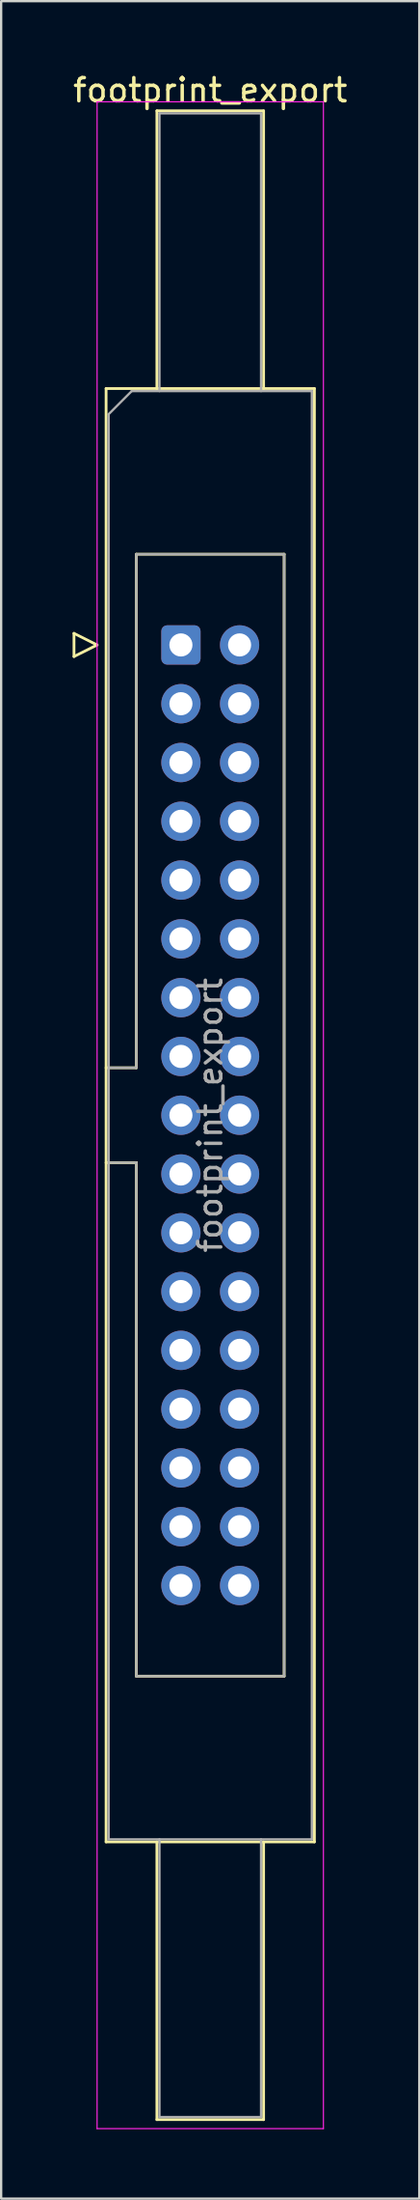
<source format=kicad_pcb>
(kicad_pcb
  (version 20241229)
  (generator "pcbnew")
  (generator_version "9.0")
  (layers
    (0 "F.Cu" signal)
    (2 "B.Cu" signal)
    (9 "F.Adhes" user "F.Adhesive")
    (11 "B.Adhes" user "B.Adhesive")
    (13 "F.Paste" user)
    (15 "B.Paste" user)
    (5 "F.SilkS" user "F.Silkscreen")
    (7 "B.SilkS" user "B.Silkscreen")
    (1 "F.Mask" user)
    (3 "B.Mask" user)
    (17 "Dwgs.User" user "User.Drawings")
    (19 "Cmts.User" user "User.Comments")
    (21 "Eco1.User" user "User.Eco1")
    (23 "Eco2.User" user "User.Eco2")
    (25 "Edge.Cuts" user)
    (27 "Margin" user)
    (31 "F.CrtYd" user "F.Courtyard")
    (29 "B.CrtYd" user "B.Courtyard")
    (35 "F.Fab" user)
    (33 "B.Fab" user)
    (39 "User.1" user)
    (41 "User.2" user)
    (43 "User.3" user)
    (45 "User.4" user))
  (footprint "footprint_export"
    (layer "F.Cu")
    (at 4.784 24.818)
    (property "Reference" "footprint_export" (at 1.27 -23.97 0) (layer "F.SilkS") (effects (font (size 1 1) (thickness 0.15))))
    (attr through_hole)
    (fp_line (start -4.63 -0.5) (end -4.63 0.5) (stroke (width 0.12) (type solid)) (layer "F.SilkS"))
    (fp_line (start -4.63 0.5) (end -3.63 0) (stroke (width 0.12) (type solid)) (layer "F.SilkS"))
    (fp_line (start -3.63 0) (end -4.63 -0.5) (stroke (width 0.12) (type solid)) (layer "F.SilkS"))
    (fp_line (start -3.24 -11.08) (end 5.78 -11.08) (stroke (width 0.12) (type solid)) (layer "F.SilkS"))
    (fp_line (start -3.24 18.27) (end -1.93 18.27) (stroke (width 0.12) (type solid)) (layer "F.SilkS"))
    (fp_line (start -3.24 51.72) (end -3.24 -11.08) (stroke (width 0.12) (type solid)) (layer "F.SilkS"))
    (fp_line (start -1.93 -3.92) (end 4.47 -3.92) (stroke (width 0.12) (type solid)) (layer "F.SilkS"))
    (fp_line (start -1.93 18.27) (end -1.93 -3.92) (stroke (width 0.12) (type solid)) (layer "F.SilkS"))
    (fp_line (start -1.93 22.37) (end -3.24 22.37) (stroke (width 0.12) (type solid)) (layer "F.SilkS"))
    (fp_line (start -1.93 22.37) (end -1.93 22.37) (stroke (width 0.12) (type solid)) (layer "F.SilkS"))
    (fp_line (start -1.93 44.56) (end -1.93 22.37) (stroke (width 0.12) (type solid)) (layer "F.SilkS"))
    (fp_line (start -1.04 -23.08) (end 3.58 -23.08) (stroke (width 0.12) (type solid)) (layer "F.SilkS"))
    (fp_line (start -1.04 -11.08) (end -1.04 -23.08) (stroke (width 0.12) (type solid)) (layer "F.SilkS"))
    (fp_line (start -1.04 51.72) (end -1.04 63.72) (stroke (width 0.12) (type solid)) (layer "F.SilkS"))
    (fp_line (start -1.04 63.72) (end 3.58 63.72) (stroke (width 0.12) (type solid)) (layer "F.SilkS"))
    (fp_line (start 3.58 -23.08) (end 3.58 -11.08) (stroke (width 0.12) (type solid)) (layer "F.SilkS"))
    (fp_line (start 3.58 63.72) (end 3.58 51.72) (stroke (width 0.12) (type solid)) (layer "F.SilkS"))
    (fp_line (start 4.47 -3.92) (end 4.47 44.56) (stroke (width 0.12) (type solid)) (layer "F.SilkS"))
    (fp_line (start 4.47 44.56) (end -1.93 44.56) (stroke (width 0.12) (type solid)) (layer "F.SilkS"))
    (fp_line (start 5.78 -11.08) (end 5.78 51.72) (stroke (width 0.12) (type solid)) (layer "F.SilkS"))
    (fp_line (start 5.78 51.72) (end -3.24 51.72) (stroke (width 0.12) (type solid)) (layer "F.SilkS"))
    (fp_line (start -3.63 -23.47) (end -3.63 64.11) (stroke (width 0.05) (type solid)) (layer "F.CrtYd"))
    (fp_line (start -3.63 64.11) (end 6.17 64.11) (stroke (width 0.05) (type solid)) (layer "F.CrtYd"))
    (fp_line (start 6.17 -23.47) (end -3.63 -23.47) (stroke (width 0.05) (type solid)) (layer "F.CrtYd"))
    (fp_line (start 6.17 64.11) (end 6.17 -23.47) (stroke (width 0.05) (type solid)) (layer "F.CrtYd"))
    (fp_line (start -3.13 -9.97) (end -2.13 -10.97) (stroke (width 0.1) (type solid)) (layer "F.Fab"))
    (fp_line (start -3.13 18.27) (end -1.93 18.27) (stroke (width 0.1) (type solid)) (layer "F.Fab"))
    (fp_line (start -3.13 51.61) (end -3.13 -9.97) (stroke (width 0.1) (type solid)) (layer "F.Fab"))
    (fp_line (start -2.13 -10.97) (end 5.67 -10.97) (stroke (width 0.1) (type solid)) (layer "F.Fab"))
    (fp_line (start -1.93 -3.92) (end 4.47 -3.92) (stroke (width 0.1) (type solid)) (layer "F.Fab"))
    (fp_line (start -1.93 18.27) (end -1.93 -3.92) (stroke (width 0.1) (type solid)) (layer "F.Fab"))
    (fp_line (start -1.93 22.37) (end -3.13 22.37) (stroke (width 0.1) (type solid)) (layer "F.Fab"))
    (fp_line (start -1.93 22.37) (end -1.93 22.37) (stroke (width 0.1) (type solid)) (layer "F.Fab"))
    (fp_line (start -1.93 44.56) (end -1.93 22.37) (stroke (width 0.1) (type solid)) (layer "F.Fab"))
    (fp_line (start -0.93 -22.97) (end 3.47 -22.97) (stroke (width 0.1) (type solid)) (layer "F.Fab"))
    (fp_line (start -0.93 -10.97) (end -0.93 -22.97) (stroke (width 0.1) (type solid)) (layer "F.Fab"))
    (fp_line (start -0.93 51.61) (end -0.93 63.61) (stroke (width 0.1) (type solid)) (layer "F.Fab"))
    (fp_line (start -0.93 63.61) (end 3.47 63.61) (stroke (width 0.1) (type solid)) (layer "F.Fab"))
    (fp_line (start 3.47 -22.97) (end 3.47 -10.97) (stroke (width 0.1) (type solid)) (layer "F.Fab"))
    (fp_line (start 3.47 63.61) (end 3.47 51.61) (stroke (width 0.1) (type solid)) (layer "F.Fab"))
    (fp_line (start 4.47 -3.92) (end 4.47 44.56) (stroke (width 0.1) (type solid)) (layer "F.Fab"))
    (fp_line (start 4.47 44.56) (end -1.93 44.56) (stroke (width 0.1) (type solid)) (layer "F.Fab"))
    (fp_line (start 5.67 -10.97) (end 5.67 51.61) (stroke (width 0.1) (type solid)) (layer "F.Fab"))
    (fp_line (start 5.67 51.61) (end -3.13 51.61) (stroke (width 0.1) (type solid)) (layer "F.Fab"))
    (fp_text user "${REFERENCE}" (at 1.27 20.32 90) (layer "F.Fab") (effects (font (size 1 1) (thickness 0.15))))
    (pad "1" thru_hole roundrect (at 0 0) (size 1.7 1.7) (drill 1) (layers "*.Cu" "*.Mask") (roundrect_rratio 0.147))
    (pad "2" thru_hole circle (at 2.54 0) (size 1.7 1.7) (drill 1) (layers "*.Cu" "*.Mask"))
    (pad "3" thru_hole circle (at 0 2.54) (size 1.7 1.7) (drill 1) (layers "*.Cu" "*.Mask"))
    (pad "4" thru_hole circle (at 2.54 2.54) (size 1.7 1.7) (drill 1) (layers "*.Cu" "*.Mask"))
    (pad "5" thru_hole circle (at 0 5.08) (size 1.7 1.7) (drill 1) (layers "*.Cu" "*.Mask"))
    (pad "6" thru_hole circle (at 2.54 5.08) (size 1.7 1.7) (drill 1) (layers "*.Cu" "*.Mask"))
    (pad "7" thru_hole circle (at 0 7.62) (size 1.7 1.7) (drill 1) (layers "*.Cu" "*.Mask"))
    (pad "8" thru_hole circle (at 2.54 7.62) (size 1.7 1.7) (drill 1) (layers "*.Cu" "*.Mask"))
    (pad "9" thru_hole circle (at 0 10.16) (size 1.7 1.7) (drill 1) (layers "*.Cu" "*.Mask"))
    (pad "10" thru_hole circle (at 2.54 10.16) (size 1.7 1.7) (drill 1) (layers "*.Cu" "*.Mask"))
    (pad "11" thru_hole circle (at 0 12.7) (size 1.7 1.7) (drill 1) (layers "*.Cu" "*.Mask"))
    (pad "12" thru_hole circle (at 2.54 12.7) (size 1.7 1.7) (drill 1) (layers "*.Cu" "*.Mask"))
    (pad "13" thru_hole circle (at 0 15.24) (size 1.7 1.7) (drill 1) (layers "*.Cu" "*.Mask"))
    (pad "14" thru_hole circle (at 2.54 15.24) (size 1.7 1.7) (drill 1) (layers "*.Cu" "*.Mask"))
    (pad "15" thru_hole circle (at 0 17.78) (size 1.7 1.7) (drill 1) (layers "*.Cu" "*.Mask"))
    (pad "16" thru_hole circle (at 2.54 17.78) (size 1.7 1.7) (drill 1) (layers "*.Cu" "*.Mask"))
    (pad "17" thru_hole circle (at 0 20.32) (size 1.7 1.7) (drill 1) (layers "*.Cu" "*.Mask"))
    (pad "18" thru_hole circle (at 2.54 20.32) (size 1.7 1.7) (drill 1) (layers "*.Cu" "*.Mask"))
    (pad "19" thru_hole circle (at 0 22.86) (size 1.7 1.7) (drill 1) (layers "*.Cu" "*.Mask"))
    (pad "20" thru_hole circle (at 2.54 22.86) (size 1.7 1.7) (drill 1) (layers "*.Cu" "*.Mask"))
    (pad "21" thru_hole circle (at 0 25.4) (size 1.7 1.7) (drill 1) (layers "*.Cu" "*.Mask"))
    (pad "22" thru_hole circle (at 2.54 25.4) (size 1.7 1.7) (drill 1) (layers "*.Cu" "*.Mask"))
    (pad "23" thru_hole circle (at 0 27.94) (size 1.7 1.7) (drill 1) (layers "*.Cu" "*.Mask"))
    (pad "24" thru_hole circle (at 2.54 27.94) (size 1.7 1.7) (drill 1) (layers "*.Cu" "*.Mask"))
    (pad "25" thru_hole circle (at 0 30.48) (size 1.7 1.7) (drill 1) (layers "*.Cu" "*.Mask"))
    (pad "26" thru_hole circle (at 2.54 30.48) (size 1.7 1.7) (drill 1) (layers "*.Cu" "*.Mask"))
    (pad "27" thru_hole circle (at 0 33.02) (size 1.7 1.7) (drill 1) (layers "*.Cu" "*.Mask"))
    (pad "28" thru_hole circle (at 2.54 33.02) (size 1.7 1.7) (drill 1) (layers "*.Cu" "*.Mask"))
    (pad "29" thru_hole circle (at 0 35.56) (size 1.7 1.7) (drill 1) (layers "*.Cu" "*.Mask"))
    (pad "30" thru_hole circle (at 2.54 35.56) (size 1.7 1.7) (drill 1) (layers "*.Cu" "*.Mask"))
    (pad "31" thru_hole circle (at 0 38.1) (size 1.7 1.7) (drill 1) (layers "*.Cu" "*.Mask"))
    (pad "32" thru_hole circle (at 2.54 38.1) (size 1.7 1.7) (drill 1) (layers "*.Cu" "*.Mask"))
    (pad "33" thru_hole circle (at 0 40.64) (size 1.7 1.7) (drill 1) (layers "*.Cu" "*.Mask"))
    (pad "34" thru_hole circle (at 2.54 40.64) (size 1.7 1.7) (drill 1) (layers "*.Cu" "*.Mask")))
  (gr_rect
    (start -3 -3)
    (end 15.107 91.953)
    (stroke (width 0.1) (type default))
    (fill no)
    (layer "Edge.Cuts")))
</source>
